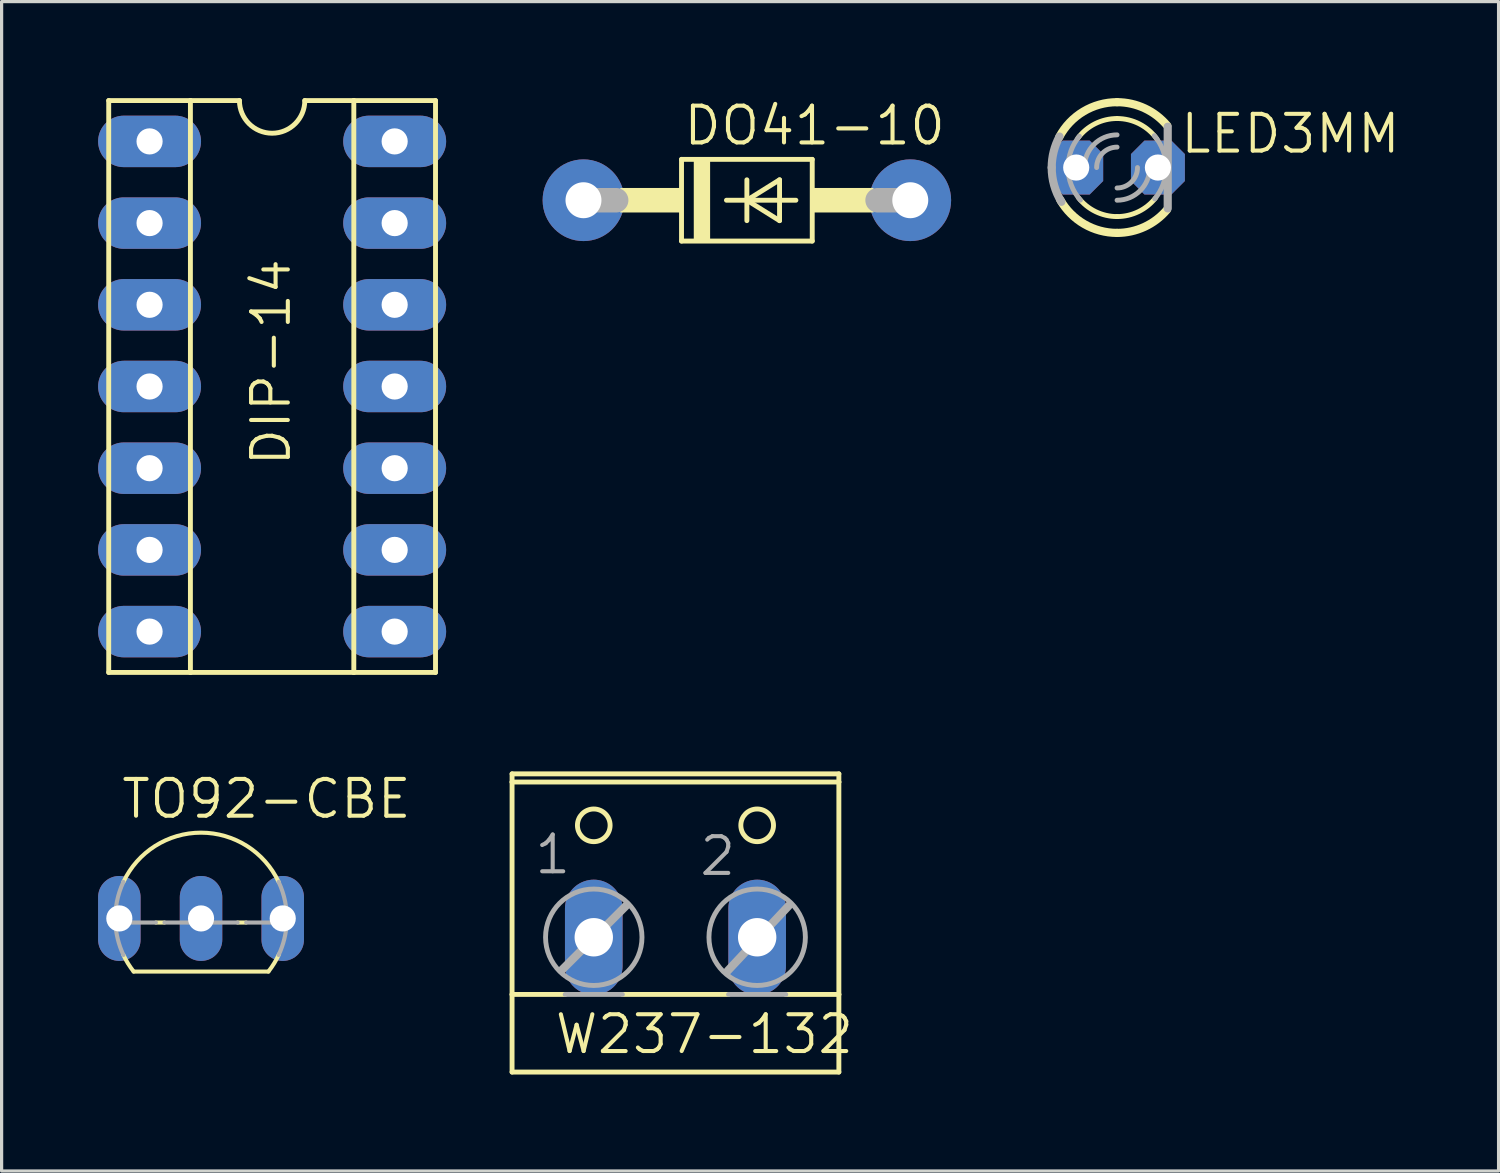
<source format=kicad_pcb>
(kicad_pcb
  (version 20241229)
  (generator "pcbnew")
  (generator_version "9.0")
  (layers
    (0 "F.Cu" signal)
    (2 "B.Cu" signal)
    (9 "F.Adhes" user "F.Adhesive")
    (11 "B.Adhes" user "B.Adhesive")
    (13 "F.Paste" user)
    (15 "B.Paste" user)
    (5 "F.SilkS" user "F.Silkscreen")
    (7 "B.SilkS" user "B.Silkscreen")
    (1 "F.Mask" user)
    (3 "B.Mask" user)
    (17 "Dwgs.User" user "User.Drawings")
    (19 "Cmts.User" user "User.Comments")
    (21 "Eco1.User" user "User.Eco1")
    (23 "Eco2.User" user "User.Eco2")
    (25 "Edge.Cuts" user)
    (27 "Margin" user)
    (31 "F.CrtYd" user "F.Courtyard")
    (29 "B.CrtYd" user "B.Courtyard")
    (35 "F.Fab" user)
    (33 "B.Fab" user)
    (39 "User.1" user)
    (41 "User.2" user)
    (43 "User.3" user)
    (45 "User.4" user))
  (footprint "DIP-14"
    (layer "F.Cu")
    (at 5.41 8.966)
    (property "Reference" "DIP-14" (at 0.635 2.54 90) (layer "F.SilkS") (effects (font (size 1.143 1.143) (thickness 0.127)) (justify left bottom)))
    (fp_line (start -5.08 -8.89) (end -5.08 8.89) (stroke (width 0.152) (type solid)) (layer "F.SilkS"))
    (fp_line (start -5.08 -8.89) (end -2.54 -8.89) (stroke (width 0.152) (type solid)) (layer "F.SilkS"))
    (fp_line (start -2.54 -8.89) (end -2.54 8.89) (stroke (width 0.152) (type solid)) (layer "F.SilkS"))
    (fp_line (start -2.54 -8.89) (end -1.016 -8.89) (stroke (width 0.152) (type solid)) (layer "F.SilkS"))
    (fp_line (start -2.54 8.89) (end -5.08 8.89) (stroke (width 0.152) (type solid)) (layer "F.SilkS"))
    (fp_line (start 2.54 -8.89) (end 1.016 -8.89) (stroke (width 0.152) (type solid)) (layer "F.SilkS"))
    (fp_line (start 2.54 -8.89) (end 2.54 8.89) (stroke (width 0.152) (type solid)) (layer "F.SilkS"))
    (fp_line (start 2.54 8.89) (end -2.54 8.89) (stroke (width 0.152) (type solid)) (layer "F.SilkS"))
    (fp_line (start 5.08 -8.89) (end 2.54 -8.89) (stroke (width 0.152) (type solid)) (layer "F.SilkS"))
    (fp_line (start 5.08 8.89) (end 2.54 8.89) (stroke (width 0.152) (type solid)) (layer "F.SilkS"))
    (fp_line (start 5.08 8.89) (end 5.08 -8.89) (stroke (width 0.152) (type solid)) (layer "F.SilkS"))
    (fp_arc (start 1.016 -8.89) (mid 0 -7.874) (end -1.016 -8.89) (stroke (width 0.1524) (type solid)) (layer "F.SilkS"))
    (pad "1" thru_hole oval (at -3.81 -7.62) (size 3.2 1.6) (drill 0.813) (layers "*.Cu" "*.Mask"))
    (pad "2" thru_hole oval (at -3.81 -5.08) (size 3.2 1.6) (drill 0.813) (layers "*.Cu" "*.Mask"))
    (pad "3" thru_hole oval (at -3.81 -2.54) (size 3.2 1.6) (drill 0.813) (layers "*.Cu" "*.Mask"))
    (pad "4" thru_hole oval (at -3.81 0) (size 3.2 1.6) (drill 0.813) (layers "*.Cu" "*.Mask"))
    (pad "5" thru_hole oval (at -3.81 2.54) (size 3.2 1.6) (drill 0.813) (layers "*.Cu" "*.Mask"))
    (pad "6" thru_hole oval (at -3.81 5.08) (size 3.2 1.6) (drill 0.813) (layers "*.Cu" "*.Mask"))
    (pad "7" thru_hole oval (at -3.81 7.62) (size 3.2 1.6) (drill 0.813) (layers "*.Cu" "*.Mask"))
    (pad "8" thru_hole oval (at 3.81 7.62) (size 3.2 1.6) (drill 0.813) (layers "*.Cu" "*.Mask"))
    (pad "9" thru_hole oval (at 3.81 5.08) (size 3.2 1.6) (drill 0.813) (layers "*.Cu" "*.Mask"))
    (pad "10" thru_hole oval (at 3.81 2.54) (size 3.2 1.6) (drill 0.813) (layers "*.Cu" "*.Mask"))
    (pad "11" thru_hole oval (at 3.81 0) (size 3.2 1.6) (drill 0.813) (layers "*.Cu" "*.Mask"))
    (pad "12" thru_hole oval (at 3.81 -2.54) (size 3.2 1.6) (drill 0.813) (layers "*.Cu" "*.Mask"))
    (pad "13" thru_hole oval (at 3.81 -5.08) (size 3.2 1.6) (drill 0.813) (layers "*.Cu" "*.Mask"))
    (pad "14" thru_hole oval (at 3.81 -7.62) (size 3.2 1.6) (drill 0.813) (layers "*.Cu" "*.Mask")))
  (footprint "TO92-CBE"
    (layer "F.Cu")
    (at 3.2 25.504)
    (property "Reference" "TO92-CBE" (at -2.54 -3.048 0) (layer "F.SilkS") (effects (font (size 1.143 1.143) (thickness 0.127)) (justify left bottom)))
    (fp_line (start -2.095 1.651) (end 2.095 1.651) (stroke (width 0.127) (type solid)) (layer "F.SilkS"))
    (fp_line (start -1.136 0.127) (end -1.404 0.127) (stroke (width 0.127) (type solid)) (layer "F.SilkS"))
    (fp_line (start 1.404 0.127) (end 1.136 0.127) (stroke (width 0.127) (type solid)) (layer "F.SilkS"))
    (fp_arc (start -2.413 -1.1359) (mid 0 -2.66699) (end 2.413 -1.1359) (stroke (width 0.127) (type solid)) (layer "F.SilkS"))
    (fp_arc (start -2.095 1.651) (mid -2.268918 1.40252) (end -2.4135 1.1359) (stroke (width 0.127) (type solid)) (layer "F.SilkS"))
    (fp_arc (start 2.4247 1.1118) (mid 2.275878 1.391201) (end 2.095 1.651) (stroke (width 0.127) (type solid)) (layer "F.SilkS"))
    (fp_line (start -1.404 0.127) (end -2.664 0.127) (stroke (width 0.127) (type solid)) (layer "F.Fab"))
    (fp_line (start 1.136 0.127) (end -1.136 0.127) (stroke (width 0.127) (type solid)) (layer "F.Fab"))
    (fp_line (start 2.664 0.127) (end 1.404 0.127) (stroke (width 0.127) (type solid)) (layer "F.Fab"))
    (fp_arc (start -2.664 0.127) (mid -2.615858 -0.519825) (end -2.413 -1.1359) (stroke (width 0.127) (type solid)) (layer "F.Fab"))
    (fp_arc (start -2.413 1.1359) (mid -2.588137 0.643799) (end -2.664 0.127) (stroke (width 0.127) (type solid)) (layer "F.Fab"))
    (fp_arc (start 2.413 -1.1359) (mid 2.615858 -0.519825) (end 2.664 0.127) (stroke (width 0.127) (type solid)) (layer "F.Fab"))
    (fp_arc (start 2.664 0.127) (mid 2.588137 0.643799) (end 2.413 1.1359) (stroke (width 0.127) (type solid)) (layer "F.Fab"))
    (pad "B" thru_hole oval (at 0 0 90) (size 2.642 1.321) (drill 0.813) (layers "*.Cu" "*.Mask"))
    (pad "C" thru_hole oval (at -2.54 0 90) (size 2.642 1.321) (drill 0.813) (layers "*.Cu" "*.Mask"))
    (pad "E" thru_hole oval (at 2.54 0 90) (size 2.642 1.321) (drill 0.813) (layers "*.Cu" "*.Mask")))
  (footprint "LED3MM"
    (layer "F.Cu")
    (at 31.679 2.159)
    (property "Reference" "LED3MM" (at 1.905 -0.381 0) (layer "F.SilkS") (effects (font (size 1.143 1.143) (thickness 0.127)) (justify left bottom)))
    (fp_arc (start -1.7929 -0.9562) (mid -1.045438 -1.7424) (end 0 -2.032) (stroke (width 0.254) (type solid)) (layer "F.SilkS"))
    (fp_arc (start -1.2192 -0.9144) (mid -0.681554 -1.363107) (end 0 -1.524) (stroke (width 0.1524) (type solid)) (layer "F.SilkS"))
    (fp_arc (start 0 -2.032) (mid 0.861864 -1.840173) (end 1.561 -1.3009) (stroke (width 0.254) (type solid)) (layer "F.SilkS"))
    (fp_arc (start 0 -1.524) (mid 0.697339 -1.355082) (end 1.2401 -0.885801) (stroke (width 0.1524) (type solid)) (layer "F.SilkS"))
    (fp_arc (start 0 1.524) (mid -0.669593 1.369018) (end -1.203 0.9356) (stroke (width 0.1524) (type solid)) (layer "F.SilkS"))
    (fp_arc (start 0 2.032) (mid -1.019924 1.757525) (end -1.7643 1.0082) (stroke (width 0.254) (type solid)) (layer "F.SilkS"))
    (fp_arc (start 1.203 0.9356) (mid 0.669593 1.369018) (end 0 1.524) (stroke (width 0.1524) (type solid)) (layer "F.SilkS"))
    (fp_arc (start 1.5512 1.3126) (mid 0.854953 1.843405) (end 0 2.032) (stroke (width 0.254) (type solid)) (layer "F.SilkS"))
    (fp_line (start 1.575 1.27) (end 1.575 -1.27) (stroke (width 0.254) (type solid)) (layer "F.Fab"))
    (fp_arc (start -2.032 0) (mid -1.970339 -0.496775) (end -1.7891 -0.9634) (stroke (width 0.254) (type solid)) (layer "F.Fab"))
    (fp_arc (start -1.7306 1.065) (mid -1.95521 0.553417) (end -2.032 0) (stroke (width 0.254) (type solid)) (layer "F.Fab"))
    (fp_arc (start -1.524 0) (mid -1.432981 -0.518783) (end -1.1708 -0.9756) (stroke (width 0.1524) (type solid)) (layer "F.Fab"))
    (fp_arc (start -1.1391 1.0125) (mid -1.42454 0.5416) (end -1.524 0) (stroke (width 0.1524) (type solid)) (layer "F.Fab"))
    (fp_arc (start -1.016 0) (mid -0.71842 -0.71842) (end 0 -1.016) (stroke (width 0.1524) (type solid)) (layer "F.Fab"))
    (fp_arc (start -0.635 0) (mid -0.449013 -0.449013) (end 0 -0.635) (stroke (width 0.1524) (type solid)) (layer "F.Fab"))
    (fp_arc (start 0.635 0) (mid 0.449013 0.449013) (end 0 0.635) (stroke (width 0.1524) (type solid)) (layer "F.Fab"))
    (fp_arc (start 1.016 0) (mid 0.71842 0.71842) (end 0 1.016) (stroke (width 0.1524) (type solid)) (layer "F.Fab"))
    (fp_arc (start 1.1571 -0.9918) (mid 1.429332 -0.528744) (end 1.524 0) (stroke (width 0.1524) (type solid)) (layer "F.Fab"))
    (fp_arc (start 1.524 0) (mid 1.432981 0.518783) (end 1.1708 0.9756) (stroke (width 0.1524) (type solid)) (layer "F.Fab"))
    (pad "A" thru_hole roundrect (at -1.27 0) (size 1.676 1.676) (drill 0.813) (layers "*.Cu" "*.Mask") (roundrect_rratio 0.25) (chamfer_ratio 0.25) (chamfer top_left top_right bottom_left bottom_right))
    (pad "K" thru_hole roundrect (at 1.27 0) (size 1.676 1.676) (drill 0.813) (layers "*.Cu" "*.Mask") (roundrect_rratio 0.25) (chamfer_ratio 0.25) (chamfer top_left top_right bottom_left bottom_right)))
  (footprint "DO41-10"
    (layer "F.Cu")
    (at 20.17 3.175)
    (property "Reference" "DO41-10" (at -2.032 -1.651 0) (layer "F.SilkS") (effects (font (size 1.143 1.143) (thickness 0.127)) (justify left bottom)))
    (fp_line (start -2.032 -1.27) (end -2.032 1.27) (stroke (width 0.152) (type solid)) (layer "F.SilkS"))
    (fp_line (start -2.032 -1.27) (end 2.032 -1.27) (stroke (width 0.152) (type solid)) (layer "F.SilkS"))
    (fp_line (start -0.635 0) (end 0 0) (stroke (width 0.152) (type solid)) (layer "F.SilkS"))
    (fp_line (start 0 -0.635) (end 0 0) (stroke (width 0.152) (type solid)) (layer "F.SilkS"))
    (fp_line (start 0 0) (end 0 0.635) (stroke (width 0.152) (type solid)) (layer "F.SilkS"))
    (fp_line (start 0 0) (end 1.016 -0.635) (stroke (width 0.152) (type solid)) (layer "F.SilkS"))
    (fp_line (start 0 0) (end 1.524 0) (stroke (width 0.152) (type solid)) (layer "F.SilkS"))
    (fp_line (start 1.016 -0.635) (end 1.016 0.635) (stroke (width 0.152) (type solid)) (layer "F.SilkS"))
    (fp_line (start 1.016 0.635) (end 0 0) (stroke (width 0.152) (type solid)) (layer "F.SilkS"))
    (fp_line (start 2.032 1.27) (end -2.032 1.27) (stroke (width 0.152) (type solid)) (layer "F.SilkS"))
    (fp_line (start 2.032 1.27) (end 2.032 -1.27) (stroke (width 0.152) (type solid)) (layer "F.SilkS"))
    (fp_poly (pts (xy -3.937 0.381) (xy -2.032 0.381) (xy -2.032 -0.381) (xy -3.937 -0.381)) (stroke (width 0) (type solid)) (fill yes) (layer "F.SilkS"))
    (fp_poly (pts (xy -1.651 1.27) (xy -1.143 1.27) (xy -1.143 -1.27) (xy -1.651 -1.27)) (stroke (width 0) (type solid)) (fill yes) (layer "F.SilkS"))
    (fp_poly (pts (xy 2.032 0.381) (xy 3.937 0.381) (xy 3.937 -0.381) (xy 2.032 -0.381)) (stroke (width 0) (type solid)) (fill yes) (layer "F.SilkS"))
    (fp_line (start -5.08 0) (end -4.064 0) (stroke (width 0.762) (type solid)) (layer "F.Fab"))
    (fp_line (start 5.08 0) (end 4.064 0) (stroke (width 0.762) (type solid)) (layer "F.Fab"))
    (pad "A" thru_hole circle (at 5.08 0) (size 2.54 2.54) (drill 1.118) (layers "*.Cu" "*.Mask"))
    (pad "C" thru_hole circle (at -5.08 0) (size 2.54 2.54) (drill 1.118) (layers "*.Cu" "*.Mask")))
  (footprint "W237-132"
    (layer "F.Cu")
    (at 17.95 25.454)
    (property "Reference" "W237-132" (at -3.81 4.318 0) (layer "F.SilkS") (effects (font (size 1.143 1.143) (thickness 0.127)) (justify left bottom)))
    (fp_line (start -5.08 -4.445) (end 5.08 -4.445) (stroke (width 0.152) (type solid)) (layer "F.SilkS"))
    (fp_line (start -5.08 -4.191) (end -5.08 -4.445) (stroke (width 0.152) (type solid)) (layer "F.SilkS"))
    (fp_line (start -5.08 -4.191) (end -5.08 2.413) (stroke (width 0.152) (type solid)) (layer "F.SilkS"))
    (fp_line (start -5.08 -4.191) (end 5.08 -4.191) (stroke (width 0.152) (type solid)) (layer "F.SilkS"))
    (fp_line (start -5.08 2.413) (end -5.08 4.826) (stroke (width 0.152) (type solid)) (layer "F.SilkS"))
    (fp_line (start -5.08 2.413) (end -3.429 2.413) (stroke (width 0.152) (type solid)) (layer "F.SilkS"))
    (fp_line (start -1.651 2.413) (end 1.651 2.413) (stroke (width 0.152) (type solid)) (layer "F.SilkS"))
    (fp_line (start 3.429 2.413) (end 5.08 2.413) (stroke (width 0.152) (type solid)) (layer "F.SilkS"))
    (fp_line (start 5.08 -4.191) (end 5.08 -4.445) (stroke (width 0.152) (type solid)) (layer "F.SilkS"))
    (fp_line (start 5.08 2.413) (end 5.08 -4.191) (stroke (width 0.152) (type solid)) (layer "F.SilkS"))
    (fp_line (start 5.08 4.826) (end -5.08 4.826) (stroke (width 0.152) (type solid)) (layer "F.SilkS"))
    (fp_line (start 5.08 4.826) (end 5.08 2.413) (stroke (width 0.152) (type solid)) (layer "F.SilkS"))
    (fp_circle (center -2.54 -2.845) (end -2.032 -2.845) (stroke (width 0.152) (type solid)) (fill no) (layer "F.SilkS"))
    (fp_circle (center 2.54 -2.845) (end 3.048 -2.845) (stroke (width 0.152) (type solid)) (fill no) (layer "F.SilkS"))
    (fp_line (start -3.531 1.651) (end -1.524 -0.356) (stroke (width 0.254) (type solid)) (layer "F.Fab"))
    (fp_line (start -3.429 2.413) (end -1.651 2.413) (stroke (width 0.152) (type solid)) (layer "F.Fab"))
    (fp_line (start 1.626 1.676) (end 3.531 -0.356) (stroke (width 0.254) (type solid)) (layer "F.Fab"))
    (fp_line (start 1.651 2.413) (end 3.429 2.413) (stroke (width 0.152) (type solid)) (layer "F.Fab"))
    (fp_circle (center -2.54 0.635) (end -1.041 0.635) (stroke (width 0.152) (type solid)) (fill no) (layer "F.Fab"))
    (fp_circle (center 2.54 0.635) (end 4.039 0.635) (stroke (width 0.152) (type solid)) (fill no) (layer "F.Fab"))
    (fp_text user "1" (at -4.445 -1.27 0) (layer "F.Fab") (effects (font (size 1.143 1.143) (thickness 0.127)) (justify left bottom)))
    (fp_text user "2" (at 0.686 -1.219 0) (layer "F.Fab") (effects (font (size 1.143 1.143) (thickness 0.127)) (justify left bottom)))
    (pad "1" thru_hole oval (at -2.54 0.635 90) (size 3.581 1.791) (drill 1.194) (layers "*.Cu" "*.Mask"))
    (pad "2" thru_hole oval (at 2.54 0.635 90) (size 3.581 1.791) (drill 1.194) (layers "*.Cu" "*.Mask")))
  (gr_rect
    (start -3 -3)
    (end 43.54 33.356)
    (stroke (width 0.1) (type default))
    (fill no)
    (layer "Edge.Cuts")))
</source>
